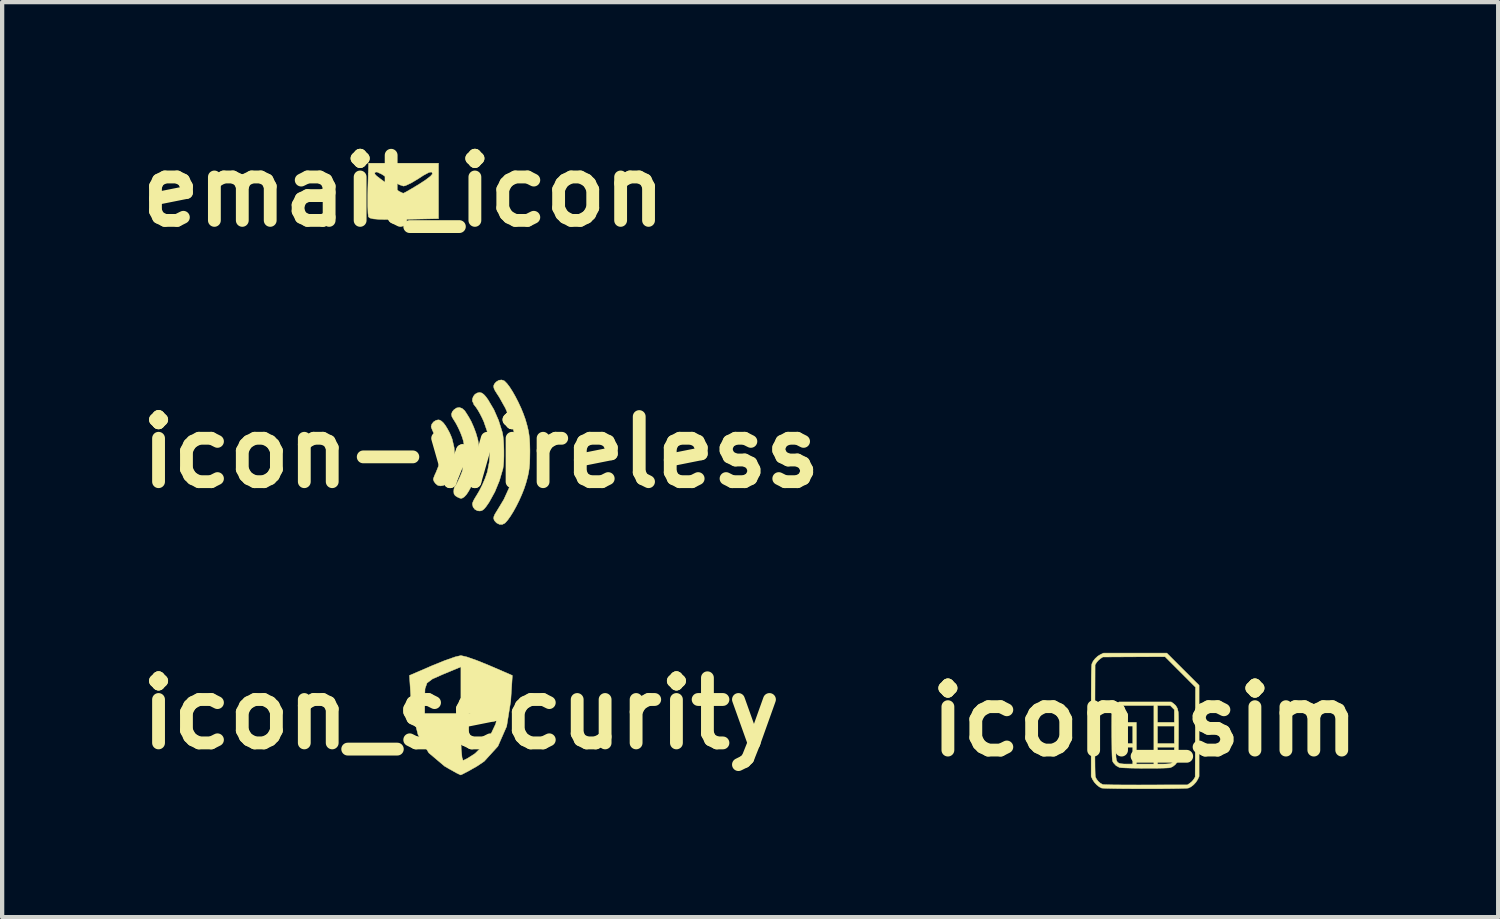
<source format=kicad_pcb>
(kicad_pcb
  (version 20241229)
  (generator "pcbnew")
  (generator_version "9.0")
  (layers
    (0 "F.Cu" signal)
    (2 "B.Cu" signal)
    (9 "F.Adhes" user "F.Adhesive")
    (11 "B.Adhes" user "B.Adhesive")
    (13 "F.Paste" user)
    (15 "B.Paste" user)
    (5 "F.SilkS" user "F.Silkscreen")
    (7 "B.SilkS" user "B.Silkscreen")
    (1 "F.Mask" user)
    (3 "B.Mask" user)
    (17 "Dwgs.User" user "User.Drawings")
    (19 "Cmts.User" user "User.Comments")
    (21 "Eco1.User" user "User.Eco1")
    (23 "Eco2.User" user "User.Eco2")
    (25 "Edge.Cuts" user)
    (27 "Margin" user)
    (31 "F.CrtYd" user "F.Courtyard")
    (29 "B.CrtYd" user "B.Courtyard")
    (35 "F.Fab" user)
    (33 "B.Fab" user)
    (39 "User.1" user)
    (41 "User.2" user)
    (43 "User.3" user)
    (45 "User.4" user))
  (footprint "icon_sim"
    (layer "F.Cu")
    (at 23.741 13.814)
    (property "Reference" "icon_sim" (at 0 0 0) (layer "F.SilkS") (effects (font (size 1.524 1.524) (thickness 0.3))))
    (attr through_hole)
    (fp_poly (pts (xy 0.892 -1.203) (xy 1.27 -0.826) (xy 1.27 1.305) (xy 1.237 1.376) (xy 1.197 1.44) (xy 1.141 1.501) (xy 1.079 1.549) (xy 1.019 1.578) (xy 0.994 1.581) (xy 0.944 1.584) (xy 0.871 1.586) (xy 0.779 1.589) (xy 0.671 1.59) (xy 0.548 1.592) (xy 0.414 1.593) (xy 0.273 1.594) (xy 0.126 1.594) (xy -0.023 1.594) (xy -0.172 1.594) (xy -0.317 1.593) (xy -0.456 1.592) (xy -0.586 1.591) (xy -0.704 1.589) (xy -0.808 1.587) (xy -0.893 1.585) (xy -0.958 1.582) (xy -1 1.579) (xy -1.013 1.577) (xy -1.067 1.549) (xy -1.125 1.503) (xy -1.177 1.447) (xy -1.217 1.387) (xy -1.223 1.376) (xy -1.256 1.305) (xy -1.256 0.454) (xy -1.169 0.454) (xy -1.169 0.652) (xy -1.168 0.823) (xy -1.167 0.967) (xy -1.166 1.086) (xy -1.164 1.18) (xy -1.162 1.249) (xy -1.159 1.294) (xy -1.157 1.314) (xy -1.132 1.367) (xy -1.09 1.421) (xy -1.039 1.466) (xy -0.988 1.493) (xy -0.985 1.494) (xy -0.961 1.497) (xy -0.912 1.499) (xy -0.837 1.501) (xy -0.738 1.503) (xy -0.618 1.504) (xy -0.477 1.505) (xy -0.318 1.505) (xy -0.142 1.506) (xy 0.029 1.505) (xy 0.997 1.503) (xy 1.054 1.465) (xy 1.098 1.429) (xy 1.136 1.386) (xy 1.145 1.373) (xy 1.178 1.319) (xy 1.182 0.269) (xy 1.186 -0.782) (xy 0.473 -1.496) (xy -0.255 -1.493) (xy -0.983 -1.489) (xy -1.04 -1.451) (xy -1.083 -1.415) (xy -1.122 -1.372) (xy -1.131 -1.359) (xy -1.164 -1.305) (xy -1.168 -0.024) (xy -1.169 0.229) (xy -1.169 0.454) (xy -1.256 0.454) (xy -1.256 0.016) (xy -1.256 -0.224) (xy -1.255 -0.436) (xy -1.255 -0.623) (xy -1.254 -0.785) (xy -1.253 -0.924) (xy -1.252 -1.04) (xy -1.25 -1.135) (xy -1.248 -1.21) (xy -1.246 -1.266) (xy -1.243 -1.304) (xy -1.24 -1.326) (xy -1.239 -1.329) (xy -1.21 -1.39) (xy -1.161 -1.453) (xy -1.101 -1.508) (xy -1.038 -1.547) (xy -0.967 -1.58) (xy -0.226 -1.58) (xy 0.515 -1.58) (xy 0.892 -1.203)) (stroke (width 0.01) (type solid)) (fill yes) (layer "F.SilkS"))
    (fp_poly (pts (xy 0.664 -0.405) (xy 0.724 -0.352) (xy 0.763 -0.284) (xy 0.783 -0.199) (xy 0.783 -0.194) (xy 0.785 -0.159) (xy 0.787 -0.1) (xy 0.788 -0.021) (xy 0.789 0.075) (xy 0.789 0.184) (xy 0.788 0.301) (xy 0.788 0.409) (xy 0.786 0.546) (xy 0.785 0.657) (xy 0.783 0.745) (xy 0.781 0.814) (xy 0.779 0.867) (xy 0.775 0.905) (xy 0.771 0.933) (xy 0.766 0.953) (xy 0.76 0.967) (xy 0.759 0.968) (xy 0.712 1.029) (xy 0.65 1.077) (xy 0.596 1.1) (xy 0.565 1.105) (xy 0.51 1.108) (xy 0.436 1.111) (xy 0.345 1.113) (xy 0.242 1.115) (xy 0.131 1.115) (xy 0.015 1.115) (xy -0.101 1.114) (xy -0.213 1.113) (xy -0.319 1.111) (xy -0.413 1.108) (xy -0.492 1.105) (xy -0.553 1.101) (xy -0.59 1.096) (xy -0.598 1.094) (xy -0.673 1.053) (xy -0.732 0.989) (xy -0.746 0.967) (xy -0.752 0.953) (xy -0.757 0.933) (xy -0.761 0.905) (xy -0.764 0.866) (xy -0.767 0.813) (xy -0.769 0.743) (xy -0.771 0.653) (xy -0.771 0.621) (xy -0.677 0.621) (xy -0.677 0.763) (xy -0.675 0.853) (xy -0.666 0.919) (xy -0.646 0.965) (xy -0.612 0.993) (xy -0.56 1.009) (xy -0.487 1.015) (xy -0.434 1.016) (xy -0.282 1.016) (xy -0.282 0.621) (xy -0.677 0.621) (xy -0.771 0.621) (xy -0.772 0.541) (xy -0.773 0.404) (xy -0.774 0.395) (xy -0.774 0.272) (xy -0.775 0.156) (xy -0.775 0.127) (xy -0.677 0.127) (xy -0.677 0.536) (xy -0.282 0.536) (xy -0.282 0.127) (xy -0.677 0.127) (xy -0.775 0.127) (xy -0.774 0.049) (xy -0.774 -0.045) (xy -0.773 -0.121) (xy -0.771 -0.176) (xy -0.769 -0.207) (xy -0.769 -0.207) (xy -0.756 -0.257) (xy -0.677 -0.257) (xy -0.677 0.042) (xy -0.198 0.042) (xy -0.198 1.016) (xy 0.212 1.016) (xy 0.212 0.621) (xy 0.296 0.621) (xy 0.296 1.016) (xy 0.437 1.016) (xy 0.503 1.014) (xy 0.561 1.01) (xy 0.602 1.003) (xy 0.614 0.999) (xy 0.647 0.978) (xy 0.669 0.946) (xy 0.683 0.899) (xy 0.69 0.831) (xy 0.691 0.763) (xy 0.691 0.621) (xy 0.296 0.621) (xy 0.212 0.621) (xy 0.212 0.127) (xy 0.296 0.127) (xy 0.296 0.536) (xy 0.691 0.536) (xy 0.691 0.127) (xy 0.296 0.127) (xy 0.212 0.127) (xy 0.212 -0.353) (xy 0.296 -0.353) (xy 0.296 0.042) (xy 0.691 0.042) (xy 0.691 -0.257) (xy 0.643 -0.305) (xy 0.595 -0.353) (xy 0.296 -0.353) (xy 0.212 -0.353) (xy -0.581 -0.353) (xy -0.629 -0.305) (xy -0.677 -0.257) (xy -0.756 -0.257) (xy -0.746 -0.293) (xy -0.699 -0.364) (xy -0.65 -0.405) (xy -0.603 -0.437) (xy 0.617 -0.437) (xy 0.664 -0.405)) (stroke (width 0.01) (type solid)) (fill yes) (layer "F.SilkS")))
  (footprint "email_icon"
    (layer "F.Cu")
    (at 6.394 1.418)
    (property "Reference" "email_icon" (at 0 0 0) (layer "F.SilkS") (effects (font (size 1.524 1.524) (thickness 0.3))))
    (attr through_hole)
    (fp_poly (pts (xy 0.818 0.649) (xy 0.013 0.665) (xy -0.319 0.669) (xy -0.554 0.666) (xy -0.706 0.654) (xy -0.79 0.633) (xy -0.822 0.605) (xy -0.832 0.519) (xy -0.838 0.348) (xy -0.838 0.119) (xy -0.835 -0.06) (xy -0.825 -0.4) (xy -0.677 -0.4) (xy -0.634 -0.353) (xy -0.524 -0.268) (xy -0.377 -0.164) (xy -0.223 -0.062) (xy -0.091 0.017) (xy -0.012 0.054) (xy -0.007 0.055) (xy 0.048 0.029) (xy 0.172 -0.042) (xy 0.339 -0.142) (xy 0.345 -0.145) (xy 0.511 -0.253) (xy 0.63 -0.344) (xy 0.677 -0.398) (xy 0.677 -0.399) (xy 0.659 -0.444) (xy 0.593 -0.433) (xy 0.463 -0.363) (xy 0.339 -0.282) (xy 0.18 -0.187) (xy 0.05 -0.126) (xy 0 -0.113) (xy -0.092 -0.143) (xy -0.238 -0.219) (xy -0.339 -0.282) (xy -0.517 -0.395) (xy -0.623 -0.444) (xy -0.67 -0.434) (xy -0.677 -0.4) (xy -0.825 -0.4) (xy -0.818 -0.649) (xy 0.818 -0.649) (xy 0.818 0.649)) (stroke (width 0.01) (type solid)) (fill yes) (layer "F.SilkS")))
  (footprint "icon-wireless"
    (layer "F.Cu")
    (at 8.208 7.533)
    (property "Reference" "icon-wireless" (at 0 0 0) (layer "F.SilkS") (effects (font (size 1.524 1.524) (thickness 0.3))))
    (attr through_hole)
    (fp_poly (pts (xy -0.968 -0.752) (xy -0.926 -0.728) (xy -0.924 -0.726) (xy -0.88 -0.685) (xy -0.831 -0.62) (xy -0.781 -0.537) (xy -0.733 -0.447) (xy -0.694 -0.355) (xy -0.676 -0.305) (xy -0.631 -0.111) (xy -0.618 0.078) (xy -0.637 0.267) (xy -0.689 0.458) (xy -0.756 0.617) (xy -0.785 0.674) (xy -0.814 0.722) (xy -0.833 0.748) (xy -0.883 0.777) (xy -0.946 0.788) (xy -1.006 0.777) (xy -1.018 0.771) (xy -1.065 0.733) (xy -1.101 0.684) (xy -1.117 0.635) (xy -1.118 0.631) (xy -1.11 0.603) (xy -1.092 0.553) (xy -1.065 0.492) (xy -1.056 0.475) (xy -0.992 0.314) (xy -0.958 0.159) (xy -0.955 0.005) (xy -0.961 -0.054) (xy -0.973 -0.126) (xy -0.991 -0.192) (xy -1.018 -0.262) (xy -1.058 -0.347) (xy -1.075 -0.381) (xy -1.112 -0.455) (xy -1.141 -0.521) (xy -1.161 -0.571) (xy -1.169 -0.598) (xy -1.169 -0.599) (xy -1.153 -0.657) (xy -1.112 -0.71) (xy -1.056 -0.745) (xy -1.046 -0.748) (xy -1.002 -0.758) (xy -0.968 -0.752)) (stroke (width 0.01) (type solid)) (fill yes) (layer "F.SilkS"))
    (fp_poly (pts (xy -0.445 -1.026) (xy -0.386 -0.975) (xy -0.364 -0.943) (xy -0.331 -0.892) (xy -0.296 -0.836) (xy -0.292 -0.83) (xy -0.232 -0.722) (xy -0.174 -0.592) (xy -0.122 -0.454) (xy -0.082 -0.319) (xy -0.073 -0.281) (xy -0.057 -0.178) (xy -0.048 -0.054) (xy -0.047 0.079) (xy -0.053 0.21) (xy -0.066 0.325) (xy -0.074 0.372) (xy -0.104 0.483) (xy -0.144 0.6) (xy -0.191 0.715) (xy -0.242 0.823) (xy -0.294 0.917) (xy -0.344 0.992) (xy -0.39 1.041) (xy -0.398 1.048) (xy -0.437 1.072) (xy -0.466 1.081) (xy -0.498 1.074) (xy -0.547 1.052) (xy -0.553 1.049) (xy -0.605 1.016) (xy -0.631 0.978) (xy -0.635 0.964) (xy -0.639 0.917) (xy -0.635 0.864) (xy -0.623 0.819) (xy -0.609 0.796) (xy -0.593 0.775) (xy -0.567 0.73) (xy -0.537 0.669) (xy -0.504 0.599) (xy -0.474 0.529) (xy -0.449 0.466) (xy -0.442 0.446) (xy -0.393 0.248) (xy -0.377 0.044) (xy -0.395 -0.165) (xy -0.416 -0.27) (xy -0.442 -0.355) (xy -0.481 -0.457) (xy -0.529 -0.563) (xy -0.58 -0.663) (xy -0.629 -0.744) (xy -0.641 -0.761) (xy -0.682 -0.831) (xy -0.693 -0.891) (xy -0.674 -0.946) (xy -0.637 -0.992) (xy -0.574 -1.036) (xy -0.509 -1.047) (xy -0.445 -1.026)) (stroke (width 0.01) (type solid)) (fill yes) (layer "F.SilkS"))
    (fp_poly (pts (xy 0.012 -1.388) (xy 0.062 -1.354) (xy 0.116 -1.294) (xy 0.164 -1.227) (xy 0.3 -0.997) (xy 0.41 -0.745) (xy 0.495 -0.474) (xy 0.503 -0.44) (xy 0.515 -0.367) (xy 0.525 -0.269) (xy 0.531 -0.155) (xy 0.534 -0.033) (xy 0.534 0.09) (xy 0.531 0.204) (xy 0.524 0.303) (xy 0.513 0.378) (xy 0.511 0.389) (xy 0.429 0.668) (xy 0.323 0.926) (xy 0.193 1.162) (xy 0.172 1.194) (xy 0.114 1.277) (xy 0.066 1.332) (xy 0.021 1.364) (xy -0.026 1.375) (xy -0.078 1.37) (xy -0.086 1.368) (xy -0.145 1.337) (xy -0.187 1.283) (xy -0.203 1.214) (xy -0.203 1.209) (xy -0.193 1.17) (xy -0.166 1.112) (xy -0.125 1.042) (xy -0.119 1.034) (xy -0.041 0.903) (xy 0.032 0.758) (xy 0.095 0.612) (xy 0.142 0.476) (xy 0.151 0.444) (xy 0.195 0.213) (xy 0.207 -0.025) (xy 0.188 -0.265) (xy 0.139 -0.501) (xy 0.063 -0.72) (xy 0.023 -0.807) (xy -0.023 -0.897) (xy -0.071 -0.981) (xy -0.116 -1.05) (xy -0.152 -1.096) (xy -0.173 -1.123) (xy -0.176 -1.134) (xy -0.175 -1.135) (xy -0.174 -1.144) (xy -0.183 -1.155) (xy -0.204 -1.197) (xy -0.201 -1.251) (xy -0.18 -1.307) (xy -0.143 -1.355) (xy -0.093 -1.386) (xy -0.093 -1.386) (xy -0.038 -1.398) (xy 0.012 -1.388)) (stroke (width 0.01) (type solid)) (fill yes) (layer "F.SilkS"))
    (fp_poly (pts (xy 0.541 -1.672) (xy 0.552 -1.663) (xy 0.607 -1.607) (xy 0.67 -1.524) (xy 0.737 -1.419) (xy 0.805 -1.299) (xy 0.872 -1.168) (xy 0.935 -1.033) (xy 0.99 -0.899) (xy 1.036 -0.771) (xy 1.046 -0.737) (xy 1.08 -0.617) (xy 1.105 -0.512) (xy 1.122 -0.412) (xy 1.134 -0.309) (xy 1.14 -0.193) (xy 1.143 -0.056) (xy 1.143 0) (xy 1.141 0.147) (xy 1.137 0.269) (xy 1.127 0.376) (xy 1.112 0.476) (xy 1.09 0.578) (xy 1.059 0.692) (xy 1.046 0.737) (xy 1.004 0.862) (xy 0.951 0.995) (xy 0.89 1.131) (xy 0.824 1.263) (xy 0.756 1.387) (xy 0.688 1.496) (xy 0.624 1.586) (xy 0.567 1.651) (xy 0.552 1.663) (xy 0.495 1.69) (xy 0.431 1.688) (xy 0.368 1.657) (xy 0.356 1.647) (xy 0.315 1.603) (xy 0.296 1.56) (xy 0.298 1.512) (xy 0.322 1.453) (xy 0.369 1.376) (xy 0.379 1.36) (xy 0.534 1.103) (xy 0.658 0.831) (xy 0.752 0.547) (xy 0.772 0.466) (xy 0.788 0.376) (xy 0.798 0.262) (xy 0.805 0.131) (xy 0.807 -0.008) (xy 0.804 -0.147) (xy 0.797 -0.277) (xy 0.786 -0.388) (xy 0.772 -0.466) (xy 0.688 -0.753) (xy 0.571 -1.029) (xy 0.425 -1.29) (xy 0.379 -1.36) (xy 0.328 -1.44) (xy 0.3 -1.502) (xy 0.294 -1.552) (xy 0.31 -1.595) (xy 0.347 -1.639) (xy 0.356 -1.647) (xy 0.416 -1.684) (xy 0.481 -1.692) (xy 0.541 -1.672)) (stroke (width 0.01) (type solid)) (fill yes) (layer "F.SilkS")))
  (footprint "icon_security"
    (layer "F.Cu")
    (at 7.736 13.646)
    (property "Reference" "icon_security" (at 0 0 0) (layer "F.SilkS") (effects (font (size 1.524 1.524) (thickness 0.3))))
    (attr through_hole)
    (fp_poly (pts (xy 0.138 -1.323) (xy 0.379 -1.238) (xy 0.665 -1.122) (xy 1.204 -0.889) (xy 1.166 -0.29) (xy 1.071 0.301) (xy 0.866 0.768) (xy 0.546 1.12) (xy 0.374 1.236) (xy 0.164 1.355) (xy 0.022 1.428) (xy -0.007 1.439) (xy -0.094 1.398) (xy -0.275 1.297) (xy -0.383 1.234) (xy -0.752 0.922) (xy -0.972 0.55) (xy 0 0.55) (xy 0.007 0.831) (xy 0.026 1.029) (xy 0.05 1.101) (xy 0.147 1.056) (xy 0.316 0.948) (xy 0.336 0.933) (xy 0.521 0.75) (xy 0.695 0.497) (xy 0.815 0.243) (xy 0.847 0.093) (xy 0.769 0.036) (xy 0.559 0.004) (xy 0.423 0) (xy 0 0) (xy 0 0.55) (xy -0.972 0.55) (xy -1.003 0.497) (xy -1.142 -0.048) (xy -1.166 -0.29) (xy -1.171 -0.37) (xy -0.847 -0.37) (xy -0.847 0) (xy 0 0) (xy 0 -0.546) (xy -0.000001 -1.091) (xy -0.423 -0.915) (xy -0.667 -0.807) (xy -0.793 -0.712) (xy -0.84 -0.578) (xy -0.847 -0.37) (xy -1.171 -0.37) (xy -1.204 -0.889) (xy -0.665 -1.122) (xy -0.376 -1.239) (xy -0.136 -1.323) (xy 0 -1.355) (xy 0.138 -1.323)) (stroke (width 0.01) (type solid)) (fill yes) (layer "F.SilkS")))
  (gr_rect
    (start -3 -3)
    (end 32.01 18.413)
    (stroke (width 0.1) (type default))
    (fill no)
    (layer "Edge.Cuts")))
</source>
